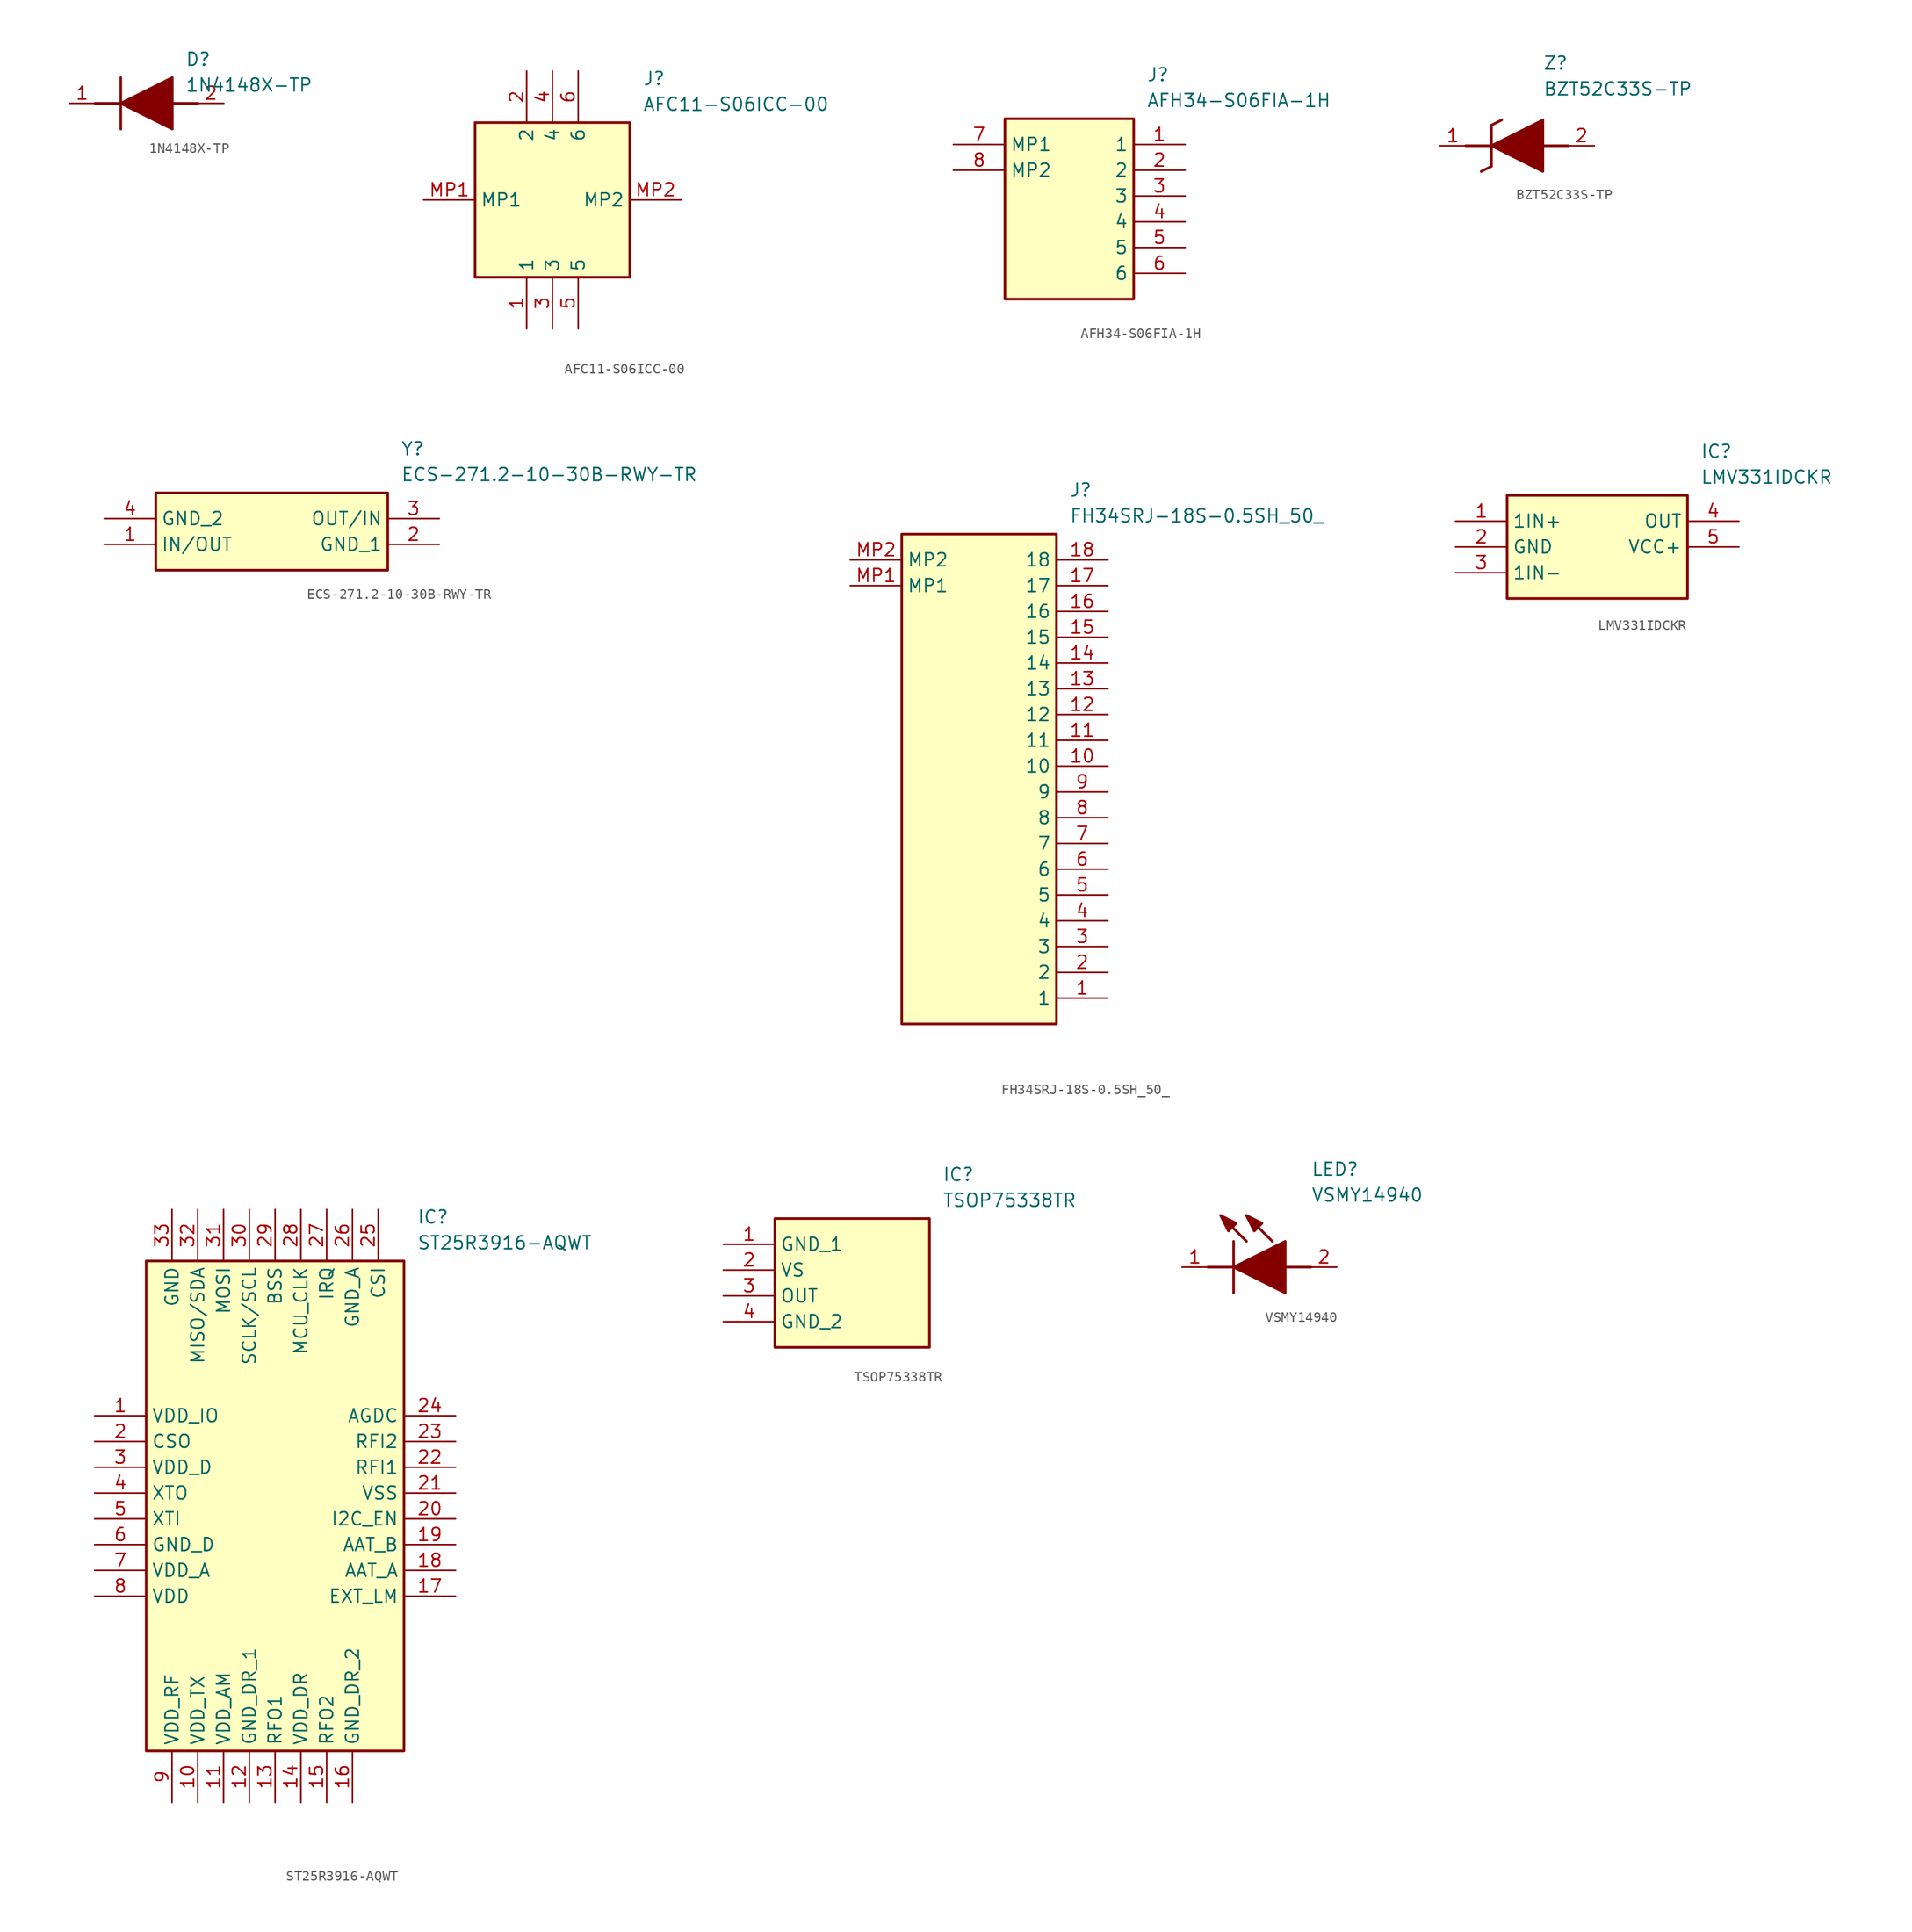
<source format=kicad_sym>
(kicad_symbol_lib
  (version 20220914)
  (generator SamacSys_ECAD_Model)
  (symbol "1N4148X-TP"
    (pin_names hide)
    (property "Reference" "D"
      (at 11.43 5.08 0)
      (effects (font (size 1.27 1.27)) (justify left top)))
    (property "Value" "1N4148X-TP"
      (at 11.43 2.54 0)
      (effects (font (size 1.27 1.27)) (justify left top)))
    (polyline
      (pts (xy 5.08 2.54) (xy 5.08 -2.54))
      (stroke (width 0.254) (type default))
      (fill (type none)))
    (polyline
      (pts (xy 2.54 0) (xy 5.08 0))
      (stroke (width 0.254) (type default))
      (fill (type none)))
    (polyline
      (pts (xy 10.16 0) (xy 12.7 0))
      (stroke (width 0.254) (type default))
      (fill (type none)))
    (polyline
      (pts (xy 5.08 0) (xy 10.16 2.54) (xy 10.16 -2.54) (xy 5.08 0))
      (stroke (width 0.254) (type default))
      (fill (type outline)))
    (pin passive line
      (at 0 0 0)
      (length 2.54)
      (name "K" (effects (font (size 1.27 1.27))))
      (number "1" (effects (font (size 1.27 1.27)))))
    (pin passive line
      (at 15.24 0 180)
      (length 2.54)
      (name "A" (effects (font (size 1.27 1.27))))
      (number "2" (effects (font (size 1.27 1.27))))))
  (symbol "AFC11-S06ICC-00"
    (property "Reference" "J"
      (at 21.59 12.7 0)
      (effects (font (size 1.27 1.27)) (justify left top)))
    (property "Value" "AFC11-S06ICC-00"
      (at 21.59 10.16 0)
      (effects (font (size 1.27 1.27)) (justify left top)))
    (rectangle
      (start 5.08 7.62)
      (end 20.32 -7.62)
      (stroke (width 0.254) (type default))
      (fill (type background)))
    (pin passive line
      (at 10.16 -12.7 90)
      (length 5.08)
      (name "1" (effects (font (size 1.27 1.27))))
      (number "1" (effects (font (size 1.27 1.27)))))
    (pin passive line
      (at 10.16 12.7 270)
      (length 5.08)
      (name "2" (effects (font (size 1.27 1.27))))
      (number "2" (effects (font (size 1.27 1.27)))))
    (pin passive line
      (at 12.7 -12.7 90)
      (length 5.08)
      (name "3" (effects (font (size 1.27 1.27))))
      (number "3" (effects (font (size 1.27 1.27)))))
    (pin passive line
      (at 12.7 12.7 270)
      (length 5.08)
      (name "4" (effects (font (size 1.27 1.27))))
      (number "4" (effects (font (size 1.27 1.27)))))
    (pin passive line
      (at 15.24 -12.7 90)
      (length 5.08)
      (name "5" (effects (font (size 1.27 1.27))))
      (number "5" (effects (font (size 1.27 1.27)))))
    (pin passive line
      (at 15.24 12.7 270)
      (length 5.08)
      (name "6" (effects (font (size 1.27 1.27))))
      (number "6" (effects (font (size 1.27 1.27)))))
    (pin passive line
      (at 0 0 0)
      (length 5.08)
      (name "MP1" (effects (font (size 1.27 1.27))))
      (number "MP1" (effects (font (size 1.27 1.27)))))
    (pin passive line
      (at 25.4 0 180)
      (length 5.08)
      (name "MP2" (effects (font (size 1.27 1.27))))
      (number "MP2" (effects (font (size 1.27 1.27))))))
  (symbol "AFH34-S06FIA-1H"
    (property "Reference" "J"
      (at 19.05 7.62 0)
      (effects (font (size 1.27 1.27)) (justify left top)))
    (property "Value" "AFH34-S06FIA-1H"
      (at 19.05 5.08 0)
      (effects (font (size 1.27 1.27)) (justify left top)))
    (rectangle
      (start 5.08 2.54)
      (end 17.78 -15.24)
      (stroke (width 0.254) (type default))
      (fill (type background)))
    (pin passive line
      (at 22.86 0 180)
      (length 5.08)
      (name "1" (effects (font (size 1.27 1.27))))
      (number "1" (effects (font (size 1.27 1.27)))))
    (pin passive line
      (at 22.86 -2.54 180)
      (length 5.08)
      (name "2" (effects (font (size 1.27 1.27))))
      (number "2" (effects (font (size 1.27 1.27)))))
    (pin passive line
      (at 22.86 -5.08 180)
      (length 5.08)
      (name "3" (effects (font (size 1.27 1.27))))
      (number "3" (effects (font (size 1.27 1.27)))))
    (pin passive line
      (at 22.86 -7.62 180)
      (length 5.08)
      (name "4" (effects (font (size 1.27 1.27))))
      (number "4" (effects (font (size 1.27 1.27)))))
    (pin passive line
      (at 22.86 -10.16 180)
      (length 5.08)
      (name "5" (effects (font (size 1.27 1.27))))
      (number "5" (effects (font (size 1.27 1.27)))))
    (pin passive line
      (at 22.86 -12.7 180)
      (length 5.08)
      (name "6" (effects (font (size 1.27 1.27))))
      (number "6" (effects (font (size 1.27 1.27)))))
    (pin passive line
      (at 0 0 0)
      (length 5.08)
      (name "MP1" (effects (font (size 1.27 1.27))))
      (number "7" (effects (font (size 1.27 1.27)))))
    (pin passive line
      (at 0 -2.54 0)
      (length 5.08)
      (name "MP2" (effects (font (size 1.27 1.27))))
      (number "8" (effects (font (size 1.27 1.27))))))
  (symbol "BZT52C33S-TP"
    (pin_names hide)
    (property "Reference" "Z"
      (at 10.16 8.89 0)
      (effects (font (size 1.27 1.27)) (justify left top)))
    (property "Value" "BZT52C33S-TP"
      (at 10.16 6.35 0)
      (effects (font (size 1.27 1.27)) (justify left top)))
    (polyline
      (pts (xy 5.08 2.032) (xy 5.08 -2.032))
      (stroke (width 0.254) (type default))
      (fill (type none)))
    (polyline
      (pts (xy 5.08 2.032) (xy 6.096 2.54))
      (stroke (width 0.254) (type default))
      (fill (type none)))
    (polyline
      (pts (xy 4.064 -2.54) (xy 5.08 -2.032))
      (stroke (width 0.254) (type default))
      (fill (type none)))
    (polyline
      (pts (xy 2.54 0) (xy 5.08 0))
      (stroke (width 0.254) (type default))
      (fill (type none)))
    (polyline
      (pts (xy 12.7 0) (xy 10.16 0))
      (stroke (width 0.254) (type default))
      (fill (type none)))
    (polyline
      (pts (xy 5.08 0) (xy 10.16 2.54) (xy 10.16 -2.54) (xy 5.08 0))
      (stroke (width 0.254) (type default))
      (fill (type outline)))
    (pin passive line
      (at 0 0 0)
      (length 2.54)
      (name "K" (effects (font (size 1.27 1.27))))
      (number "1" (effects (font (size 1.27 1.27)))))
    (pin passive line
      (at 15.24 0 180)
      (length 2.54)
      (name "A" (effects (font (size 1.27 1.27))))
      (number "2" (effects (font (size 1.27 1.27))))))
  (symbol "ECS-271.2-10-30B-RWY-TR"
    (property "Reference" "Y"
      (at 29.21 7.62 0)
      (effects (font (size 1.27 1.27)) (justify left top)))
    (property "Value" "ECS-271.2-10-30B-RWY-TR"
      (at 29.21 5.08 0)
      (effects (font (size 1.27 1.27)) (justify left top)))
    (rectangle
      (start 5.08 2.54)
      (end 27.94 -5.08)
      (stroke (width 0.254) (type default))
      (fill (type background)))
    (pin passive line
      (at 0 -2.54 0)
      (length 5.08)
      (name "IN/OUT" (effects (font (size 1.27 1.27))))
      (number "1" (effects (font (size 1.27 1.27)))))
    (pin passive line
      (at 33.02 -2.54 180)
      (length 5.08)
      (name "GND_1" (effects (font (size 1.27 1.27))))
      (number "2" (effects (font (size 1.27 1.27)))))
    (pin passive line
      (at 33.02 0 180)
      (length 5.08)
      (name "OUT/IN" (effects (font (size 1.27 1.27))))
      (number "3" (effects (font (size 1.27 1.27)))))
    (pin passive line
      (at 0 0 0)
      (length 5.08)
      (name "GND_2" (effects (font (size 1.27 1.27))))
      (number "4" (effects (font (size 1.27 1.27))))))
  (symbol "FH34SRJ-18S-0.5SH_50_"
    (property "Reference" "J"
      (at 21.59 7.62 0)
      (effects (font (size 1.27 1.27)) (justify left top)))
    (property "Value" "FH34SRJ-18S-0.5SH_50_"
      (at 21.59 5.08 0)
      (effects (font (size 1.27 1.27)) (justify left top)))
    (rectangle
      (start 5.08 2.54)
      (end 20.32 -45.72)
      (stroke (width 0.254) (type default))
      (fill (type background)))
    (pin passive line
      (at 25.4 -43.18 180)
      (length 5.08)
      (name "1" (effects (font (size 1.27 1.27))))
      (number "1" (effects (font (size 1.27 1.27)))))
    (pin passive line
      (at 25.4 -40.64 180)
      (length 5.08)
      (name "2" (effects (font (size 1.27 1.27))))
      (number "2" (effects (font (size 1.27 1.27)))))
    (pin passive line
      (at 25.4 -38.1 180)
      (length 5.08)
      (name "3" (effects (font (size 1.27 1.27))))
      (number "3" (effects (font (size 1.27 1.27)))))
    (pin passive line
      (at 25.4 -35.56 180)
      (length 5.08)
      (name "4" (effects (font (size 1.27 1.27))))
      (number "4" (effects (font (size 1.27 1.27)))))
    (pin passive line
      (at 25.4 -33.02 180)
      (length 5.08)
      (name "5" (effects (font (size 1.27 1.27))))
      (number "5" (effects (font (size 1.27 1.27)))))
    (pin passive line
      (at 25.4 -30.48 180)
      (length 5.08)
      (name "6" (effects (font (size 1.27 1.27))))
      (number "6" (effects (font (size 1.27 1.27)))))
    (pin passive line
      (at 25.4 -27.94 180)
      (length 5.08)
      (name "7" (effects (font (size 1.27 1.27))))
      (number "7" (effects (font (size 1.27 1.27)))))
    (pin passive line
      (at 25.4 -25.4 180)
      (length 5.08)
      (name "8" (effects (font (size 1.27 1.27))))
      (number "8" (effects (font (size 1.27 1.27)))))
    (pin passive line
      (at 25.4 -22.86 180)
      (length 5.08)
      (name "9" (effects (font (size 1.27 1.27))))
      (number "9" (effects (font (size 1.27 1.27)))))
    (pin passive line
      (at 25.4 -20.32 180)
      (length 5.08)
      (name "10" (effects (font (size 1.27 1.27))))
      (number "10" (effects (font (size 1.27 1.27)))))
    (pin passive line
      (at 25.4 -17.78 180)
      (length 5.08)
      (name "11" (effects (font (size 1.27 1.27))))
      (number "11" (effects (font (size 1.27 1.27)))))
    (pin passive line
      (at 25.4 -15.24 180)
      (length 5.08)
      (name "12" (effects (font (size 1.27 1.27))))
      (number "12" (effects (font (size 1.27 1.27)))))
    (pin passive line
      (at 25.4 -12.7 180)
      (length 5.08)
      (name "13" (effects (font (size 1.27 1.27))))
      (number "13" (effects (font (size 1.27 1.27)))))
    (pin passive line
      (at 25.4 -10.16 180)
      (length 5.08)
      (name "14" (effects (font (size 1.27 1.27))))
      (number "14" (effects (font (size 1.27 1.27)))))
    (pin passive line
      (at 25.4 -7.62 180)
      (length 5.08)
      (name "15" (effects (font (size 1.27 1.27))))
      (number "15" (effects (font (size 1.27 1.27)))))
    (pin passive line
      (at 25.4 -5.08 180)
      (length 5.08)
      (name "16" (effects (font (size 1.27 1.27))))
      (number "16" (effects (font (size 1.27 1.27)))))
    (pin passive line
      (at 25.4 -2.54 180)
      (length 5.08)
      (name "17" (effects (font (size 1.27 1.27))))
      (number "17" (effects (font (size 1.27 1.27)))))
    (pin passive line
      (at 25.4 0 180)
      (length 5.08)
      (name "18" (effects (font (size 1.27 1.27))))
      (number "18" (effects (font (size 1.27 1.27)))))
    (pin passive line
      (at 0 -2.54 0)
      (length 5.08)
      (name "MP1" (effects (font (size 1.27 1.27))))
      (number "MP1" (effects (font (size 1.27 1.27)))))
    (pin passive line
      (at 0 0 0)
      (length 5.08)
      (name "MP2" (effects (font (size 1.27 1.27))))
      (number "MP2" (effects (font (size 1.27 1.27))))))
  (symbol "LMV331IDCKR"
    (property "Reference" "IC"
      (at 24.13 7.62 0)
      (effects (font (size 1.27 1.27)) (justify left top)))
    (property "Value" "LMV331IDCKR"
      (at 24.13 5.08 0)
      (effects (font (size 1.27 1.27)) (justify left top)))
    (rectangle
      (start 5.08 2.54)
      (end 22.86 -7.62)
      (stroke (width 0.254) (type default))
      (fill (type background)))
    (pin passive line
      (at 0 0 0)
      (length 5.08)
      (name "1IN+" (effects (font (size 1.27 1.27))))
      (number "1" (effects (font (size 1.27 1.27)))))
    (pin passive line
      (at 0 -2.54 0)
      (length 5.08)
      (name "GND" (effects (font (size 1.27 1.27))))
      (number "2" (effects (font (size 1.27 1.27)))))
    (pin passive line
      (at 0 -5.08 0)
      (length 5.08)
      (name "1IN-" (effects (font (size 1.27 1.27))))
      (number "3" (effects (font (size 1.27 1.27)))))
    (pin passive line
      (at 27.94 0 180)
      (length 5.08)
      (name "OUT" (effects (font (size 1.27 1.27))))
      (number "4" (effects (font (size 1.27 1.27)))))
    (pin passive line
      (at 27.94 -2.54 180)
      (length 5.08)
      (name "VCC+" (effects (font (size 1.27 1.27))))
      (number "5" (effects (font (size 1.27 1.27))))))
  (symbol "ST25R3916-AQWT"
    (property "Reference" "IC"
      (at 31.75 20.32 0)
      (effects (font (size 1.27 1.27)) (justify left top)))
    (property "Value" "ST25R3916-AQWT"
      (at 31.75 17.78 0)
      (effects (font (size 1.27 1.27)) (justify left top)))
    (rectangle
      (start 5.08 15.24)
      (end 30.48 -33.02)
      (stroke (width 0.254) (type default))
      (fill (type background)))
    (pin passive line
      (at 0 0 0)
      (length 5.08)
      (name "VDD_IO" (effects (font (size 1.27 1.27))))
      (number "1" (effects (font (size 1.27 1.27)))))
    (pin passive line
      (at 0 -2.54 0)
      (length 5.08)
      (name "CSO" (effects (font (size 1.27 1.27))))
      (number "2" (effects (font (size 1.27 1.27)))))
    (pin passive line
      (at 0 -5.08 0)
      (length 5.08)
      (name "VDD_D" (effects (font (size 1.27 1.27))))
      (number "3" (effects (font (size 1.27 1.27)))))
    (pin passive line
      (at 0 -7.62 0)
      (length 5.08)
      (name "XTO" (effects (font (size 1.27 1.27))))
      (number "4" (effects (font (size 1.27 1.27)))))
    (pin passive line
      (at 0 -10.16 0)
      (length 5.08)
      (name "XTI" (effects (font (size 1.27 1.27))))
      (number "5" (effects (font (size 1.27 1.27)))))
    (pin passive line
      (at 0 -12.7 0)
      (length 5.08)
      (name "GND_D" (effects (font (size 1.27 1.27))))
      (number "6" (effects (font (size 1.27 1.27)))))
    (pin passive line
      (at 0 -15.24 0)
      (length 5.08)
      (name "VDD_A" (effects (font (size 1.27 1.27))))
      (number "7" (effects (font (size 1.27 1.27)))))
    (pin passive line
      (at 0 -17.78 0)
      (length 5.08)
      (name "VDD" (effects (font (size 1.27 1.27))))
      (number "8" (effects (font (size 1.27 1.27)))))
    (pin passive line
      (at 7.62 -38.1 90)
      (length 5.08)
      (name "VDD_RF" (effects (font (size 1.27 1.27))))
      (number "9" (effects (font (size 1.27 1.27)))))
    (pin passive line
      (at 10.16 -38.1 90)
      (length 5.08)
      (name "VDD_TX" (effects (font (size 1.27 1.27))))
      (number "10" (effects (font (size 1.27 1.27)))))
    (pin passive line
      (at 12.7 -38.1 90)
      (length 5.08)
      (name "VDD_AM" (effects (font (size 1.27 1.27))))
      (number "11" (effects (font (size 1.27 1.27)))))
    (pin passive line
      (at 15.24 -38.1 90)
      (length 5.08)
      (name "GND_DR_1" (effects (font (size 1.27 1.27))))
      (number "12" (effects (font (size 1.27 1.27)))))
    (pin passive line
      (at 17.78 -38.1 90)
      (length 5.08)
      (name "RFO1" (effects (font (size 1.27 1.27))))
      (number "13" (effects (font (size 1.27 1.27)))))
    (pin passive line
      (at 20.32 -38.1 90)
      (length 5.08)
      (name "VDD_DR" (effects (font (size 1.27 1.27))))
      (number "14" (effects (font (size 1.27 1.27)))))
    (pin passive line
      (at 22.86 -38.1 90)
      (length 5.08)
      (name "RFO2" (effects (font (size 1.27 1.27))))
      (number "15" (effects (font (size 1.27 1.27)))))
    (pin passive line
      (at 25.4 -38.1 90)
      (length 5.08)
      (name "GND_DR_2" (effects (font (size 1.27 1.27))))
      (number "16" (effects (font (size 1.27 1.27)))))
    (pin passive line
      (at 35.56 0 180)
      (length 5.08)
      (name "AGDC" (effects (font (size 1.27 1.27))))
      (number "24" (effects (font (size 1.27 1.27)))))
    (pin passive line
      (at 35.56 -2.54 180)
      (length 5.08)
      (name "RFI2" (effects (font (size 1.27 1.27))))
      (number "23" (effects (font (size 1.27 1.27)))))
    (pin passive line
      (at 35.56 -5.08 180)
      (length 5.08)
      (name "RFI1" (effects (font (size 1.27 1.27))))
      (number "22" (effects (font (size 1.27 1.27)))))
    (pin passive line
      (at 35.56 -7.62 180)
      (length 5.08)
      (name "VSS" (effects (font (size 1.27 1.27))))
      (number "21" (effects (font (size 1.27 1.27)))))
    (pin passive line
      (at 35.56 -10.16 180)
      (length 5.08)
      (name "I2C_EN" (effects (font (size 1.27 1.27))))
      (number "20" (effects (font (size 1.27 1.27)))))
    (pin passive line
      (at 35.56 -12.7 180)
      (length 5.08)
      (name "AAT_B" (effects (font (size 1.27 1.27))))
      (number "19" (effects (font (size 1.27 1.27)))))
    (pin passive line
      (at 35.56 -15.24 180)
      (length 5.08)
      (name "AAT_A" (effects (font (size 1.27 1.27))))
      (number "18" (effects (font (size 1.27 1.27)))))
    (pin passive line
      (at 35.56 -17.78 180)
      (length 5.08)
      (name "EXT_LM" (effects (font (size 1.27 1.27))))
      (number "17" (effects (font (size 1.27 1.27)))))
    (pin passive line
      (at 7.62 20.32 270)
      (length 5.08)
      (name "GND" (effects (font (size 1.27 1.27))))
      (number "33" (effects (font (size 1.27 1.27)))))
    (pin passive line
      (at 10.16 20.32 270)
      (length 5.08)
      (name "MISO/SDA" (effects (font (size 1.27 1.27))))
      (number "32" (effects (font (size 1.27 1.27)))))
    (pin passive line
      (at 12.7 20.32 270)
      (length 5.08)
      (name "MOSI" (effects (font (size 1.27 1.27))))
      (number "31" (effects (font (size 1.27 1.27)))))
    (pin passive line
      (at 15.24 20.32 270)
      (length 5.08)
      (name "SCLK/SCL" (effects (font (size 1.27 1.27))))
      (number "30" (effects (font (size 1.27 1.27)))))
    (pin passive line
      (at 17.78 20.32 270)
      (length 5.08)
      (name "BSS" (effects (font (size 1.27 1.27))))
      (number "29" (effects (font (size 1.27 1.27)))))
    (pin passive line
      (at 20.32 20.32 270)
      (length 5.08)
      (name "MCU_CLK" (effects (font (size 1.27 1.27))))
      (number "28" (effects (font (size 1.27 1.27)))))
    (pin passive line
      (at 22.86 20.32 270)
      (length 5.08)
      (name "IRQ" (effects (font (size 1.27 1.27))))
      (number "27" (effects (font (size 1.27 1.27)))))
    (pin passive line
      (at 25.4 20.32 270)
      (length 5.08)
      (name "GND_A" (effects (font (size 1.27 1.27))))
      (number "26" (effects (font (size 1.27 1.27)))))
    (pin passive line
      (at 27.94 20.32 270)
      (length 5.08)
      (name "CSI" (effects (font (size 1.27 1.27))))
      (number "25" (effects (font (size 1.27 1.27))))))
  (symbol "TSOP75338TR"
    (property "Reference" "IC"
      (at 21.59 7.62 0)
      (effects (font (size 1.27 1.27)) (justify left top)))
    (property "Value" "TSOP75338TR"
      (at 21.59 5.08 0)
      (effects (font (size 1.27 1.27)) (justify left top)))
    (rectangle
      (start 5.08 2.54)
      (end 20.32 -10.16)
      (stroke (width 0.254) (type default))
      (fill (type background)))
    (pin passive line
      (at 0 0 0)
      (length 5.08)
      (name "GND_1" (effects (font (size 1.27 1.27))))
      (number "1" (effects (font (size 1.27 1.27)))))
    (pin passive line
      (at 0 -2.54 0)
      (length 5.08)
      (name "VS" (effects (font (size 1.27 1.27))))
      (number "2" (effects (font (size 1.27 1.27)))))
    (pin passive line
      (at 0 -5.08 0)
      (length 5.08)
      (name "OUT" (effects (font (size 1.27 1.27))))
      (number "3" (effects (font (size 1.27 1.27)))))
    (pin passive line
      (at 0 -7.62 0)
      (length 5.08)
      (name "GND_2" (effects (font (size 1.27 1.27))))
      (number "4" (effects (font (size 1.27 1.27))))))
  (symbol "VSMY14940"
    (pin_names hide)
    (property "Reference" "LED"
      (at 12.7 8.89 0)
      (effects (font (size 1.27 1.27)) (justify left bottom)))
    (property "Value" "VSMY14940"
      (at 12.7 6.35 0)
      (effects (font (size 1.27 1.27)) (justify left bottom)))
    (polyline
      (pts (xy 5.08 2.54) (xy 5.08 -2.54))
      (stroke (width 0.254) (type default))
      (fill (type none)))
    (polyline
      (pts (xy 6.35 2.54) (xy 3.81 5.08))
      (stroke (width 0.254) (type default))
      (fill (type none)))
    (polyline
      (pts (xy 8.89 2.54) (xy 6.35 5.08))
      (stroke (width 0.254) (type default))
      (fill (type none)))
    (polyline
      (pts (xy 2.54 0) (xy 5.08 0))
      (stroke (width 0.254) (type default))
      (fill (type none)))
    (polyline
      (pts (xy 10.16 0) (xy 12.7 0))
      (stroke (width 0.254) (type default))
      (fill (type none)))
    (polyline
      (pts (xy 5.08 0) (xy 10.16 2.54) (xy 10.16 -2.54) (xy 5.08 0))
      (stroke (width 0.254) (type default))
      (fill (type outline)))
    (polyline
      (pts (xy 5.334 4.318) (xy 4.572 3.556) (xy 3.81 5.08) (xy 5.334 4.318))
      (stroke (width 0.254) (type default))
      (fill (type outline)))
    (polyline
      (pts (xy 7.874 4.318) (xy 7.112 3.556) (xy 6.35 5.08) (xy 7.874 4.318))
      (stroke (width 0.254) (type default))
      (fill (type outline)))
    (pin passive line
      (at 0 0 0)
      (length 2.54)
      (name "K" (effects (font (size 1.27 1.27))))
      (number "1" (effects (font (size 1.27 1.27)))))
    (pin passive line
      (at 15.24 0 180)
      (length 2.54)
      (name "A" (effects (font (size 1.27 1.27))))
      (number "2" (effects (font (size 1.27 1.27)))))))
</source>
